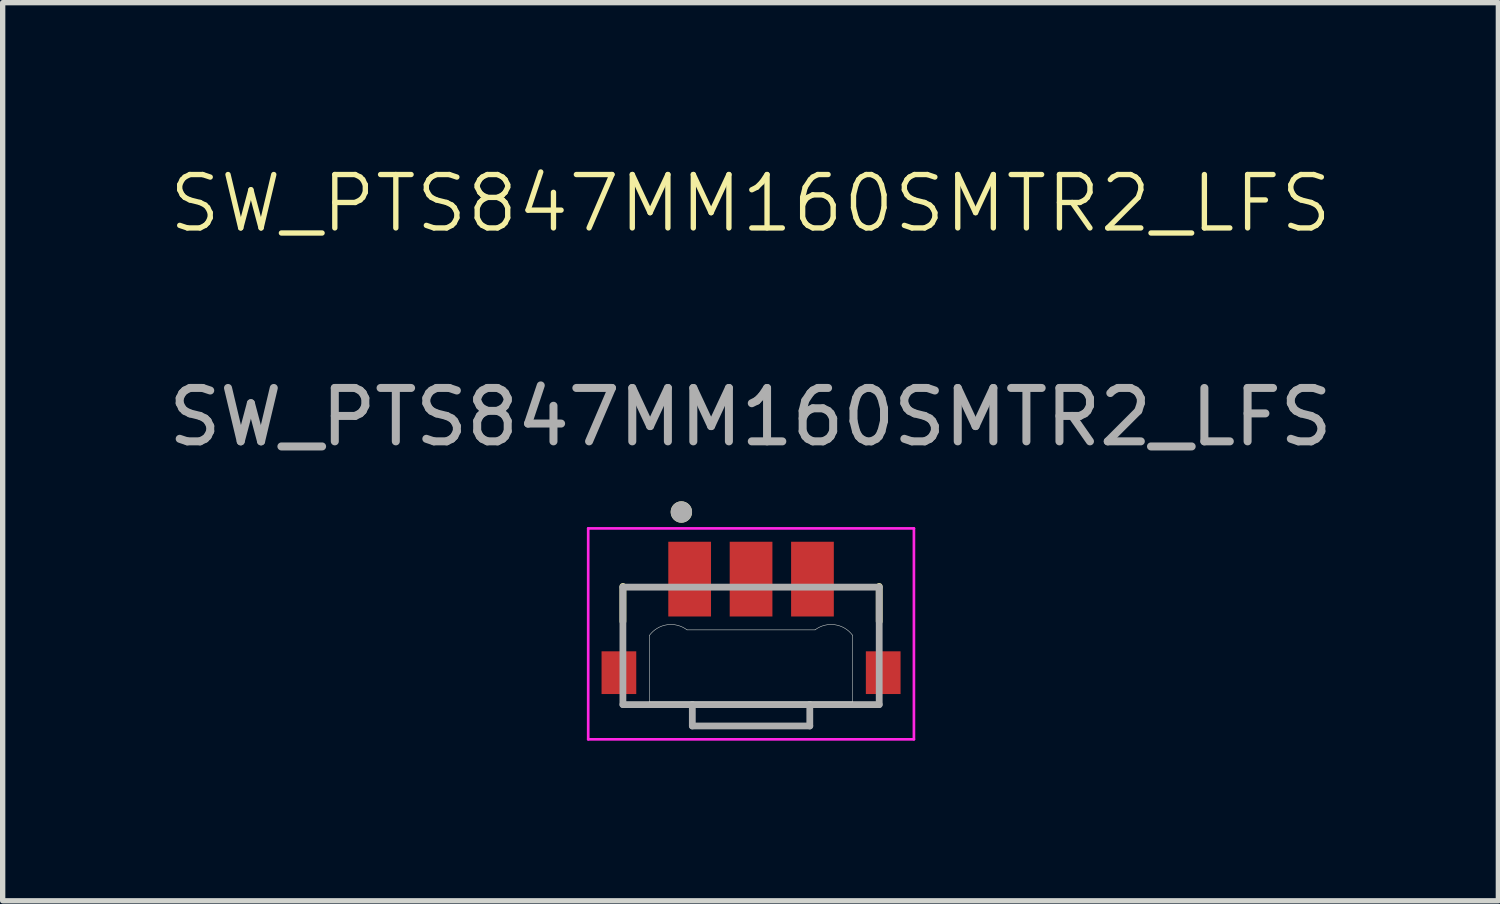
<source format=kicad_pcb>
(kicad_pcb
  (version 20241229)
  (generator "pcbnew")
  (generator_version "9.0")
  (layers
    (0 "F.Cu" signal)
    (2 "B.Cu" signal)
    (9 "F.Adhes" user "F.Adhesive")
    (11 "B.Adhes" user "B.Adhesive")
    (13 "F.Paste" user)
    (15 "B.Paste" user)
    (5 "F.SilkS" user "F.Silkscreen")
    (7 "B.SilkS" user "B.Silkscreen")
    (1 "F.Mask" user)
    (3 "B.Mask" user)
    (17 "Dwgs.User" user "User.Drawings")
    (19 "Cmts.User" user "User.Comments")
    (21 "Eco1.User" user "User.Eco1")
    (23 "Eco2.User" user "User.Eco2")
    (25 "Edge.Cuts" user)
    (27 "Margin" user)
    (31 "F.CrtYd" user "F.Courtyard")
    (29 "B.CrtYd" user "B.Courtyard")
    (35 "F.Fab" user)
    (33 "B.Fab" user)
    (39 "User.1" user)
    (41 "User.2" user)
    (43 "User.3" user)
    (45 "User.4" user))
  (footprint "SW_PTS847MM160SMTR2_LFS"
    (layer "F.Cu")
    (at 11.006 8.261)
    (property "Reference" "SW_PTS847MM160SMTR2_LFS" (at 0 -7.5 0) (unlocked yes) (layer "F.SilkS") (effects (font (size 1 1) (thickness 0.1))))
    (attr smd)
    (fp_line (start -2.39 0.328) (end -2.39 -0.328) (stroke (width 0.127) (type solid)) (layer "F.SilkS"))
    (fp_line (start 2.41 -0.328) (end 2.41 0.328) (stroke (width 0.127) (type solid)) (layer "F.SilkS"))
    (fp_circle (center -1.295 -1.722) (end -1.195 -1.722) (stroke (width 0.2) (type solid)) (fill no) (layer "F.SilkS"))
    (fp_line (start -1.89 1.835) (end -1.89 0.587) (stroke (width 0.01) (type solid)) (layer "Edge.Cuts"))
    (fp_line (start -1.19 0.485) (end 1.21 0.485) (stroke (width 0.01) (type solid)) (layer "Edge.Cuts"))
    (fp_line (start 1.91 0.585) (end 1.91 1.835) (stroke (width 0.01) (type solid)) (layer "Edge.Cuts"))
    (fp_line (start 1.91 1.835) (end -1.89 1.835) (stroke (width 0.01) (type solid)) (layer "Edge.Cuts"))
    (fp_arc (start -1.891717 0.586571) (mid -1.56225 0.389851) (end -1.190388 0.484543) (stroke (width 0.01) (type solid)) (layer "Edge.Cuts"))
    (fp_arc (start 1.209611 0.484544) (mid 1.580371 0.389689) (end 1.909611 0.584784) (stroke (width 0.01) (type solid)) (layer "Edge.Cuts"))
    (fp_line (start -3.04 -1.415) (end -3.04 2.535) (stroke (width 0.05) (type solid)) (layer "F.CrtYd"))
    (fp_line (start -3.04 2.535) (end 3.06 2.535) (stroke (width 0.05) (type solid)) (layer "F.CrtYd"))
    (fp_line (start 3.06 -1.415) (end -3.04 -1.415) (stroke (width 0.05) (type solid)) (layer "F.CrtYd"))
    (fp_line (start 3.06 2.535) (end 3.06 -1.415) (stroke (width 0.05) (type solid)) (layer "F.CrtYd"))
    (fp_line (start -2.39 -0.315) (end 2.41 -0.315) (stroke (width 0.127) (type solid)) (layer "F.Fab"))
    (fp_line (start -2.39 1.885) (end -2.39 -0.315) (stroke (width 0.127) (type solid)) (layer "F.Fab"))
    (fp_line (start -1.09 1.885) (end -2.39 1.885) (stroke (width 0.127) (type solid)) (layer "F.Fab"))
    (fp_line (start -1.09 2.285) (end -1.09 1.885) (stroke (width 0.127) (type solid)) (layer "F.Fab"))
    (fp_line (start -1.09 2.285) (end 1.11 2.285) (stroke (width 0.127) (type solid)) (layer "F.Fab"))
    (fp_line (start 1.11 1.885) (end -1.09 1.885) (stroke (width 0.127) (type solid)) (layer "F.Fab"))
    (fp_line (start 1.11 2.285) (end 1.11 1.885) (stroke (width 0.127) (type solid)) (layer "F.Fab"))
    (fp_line (start 2.41 -0.315) (end 2.41 1.885) (stroke (width 0.127) (type solid)) (layer "F.Fab"))
    (fp_line (start 2.41 1.885) (end 1.11 1.885) (stroke (width 0.127) (type solid)) (layer "F.Fab"))
    (fp_circle (center -1.295 -1.722) (end -1.195 -1.722) (stroke (width 0.2) (type solid)) (fill no) (layer "F.Fab"))
    (fp_text user "${REFERENCE}" (at 0 -3.5 0) (unlocked yes) (layer "F.Fab") (effects (font (size 1 1) (thickness 0.15))))
    (pad "1" smd rect (at -1.14 -0.465) (size 0.8 1.4) (layers "F.Cu" "F.Mask" "F.Paste"))
    (pad "2" smd rect (at 0.01 -0.465) (size 0.8 1.4) (layers "F.Cu" "F.Mask" "F.Paste"))
    (pad "3" smd rect (at 1.16 -0.465) (size 0.8 1.4) (layers "F.Cu" "F.Mask" "F.Paste"))
    (pad "S1" smd rect (at -2.465 1.287) (size 0.65 0.8) (layers "F.Cu" "F.Mask" "F.Paste"))
    (pad "S2" smd rect (at 2.485 1.287) (size 0.65 0.8) (layers "F.Cu" "F.Mask" "F.Paste")))
  (gr_rect
    (start -3 -3)
    (end 25.012 13.82)
    (stroke (width 0.1) (type default))
    (fill no)
    (layer "Edge.Cuts")))
</source>
